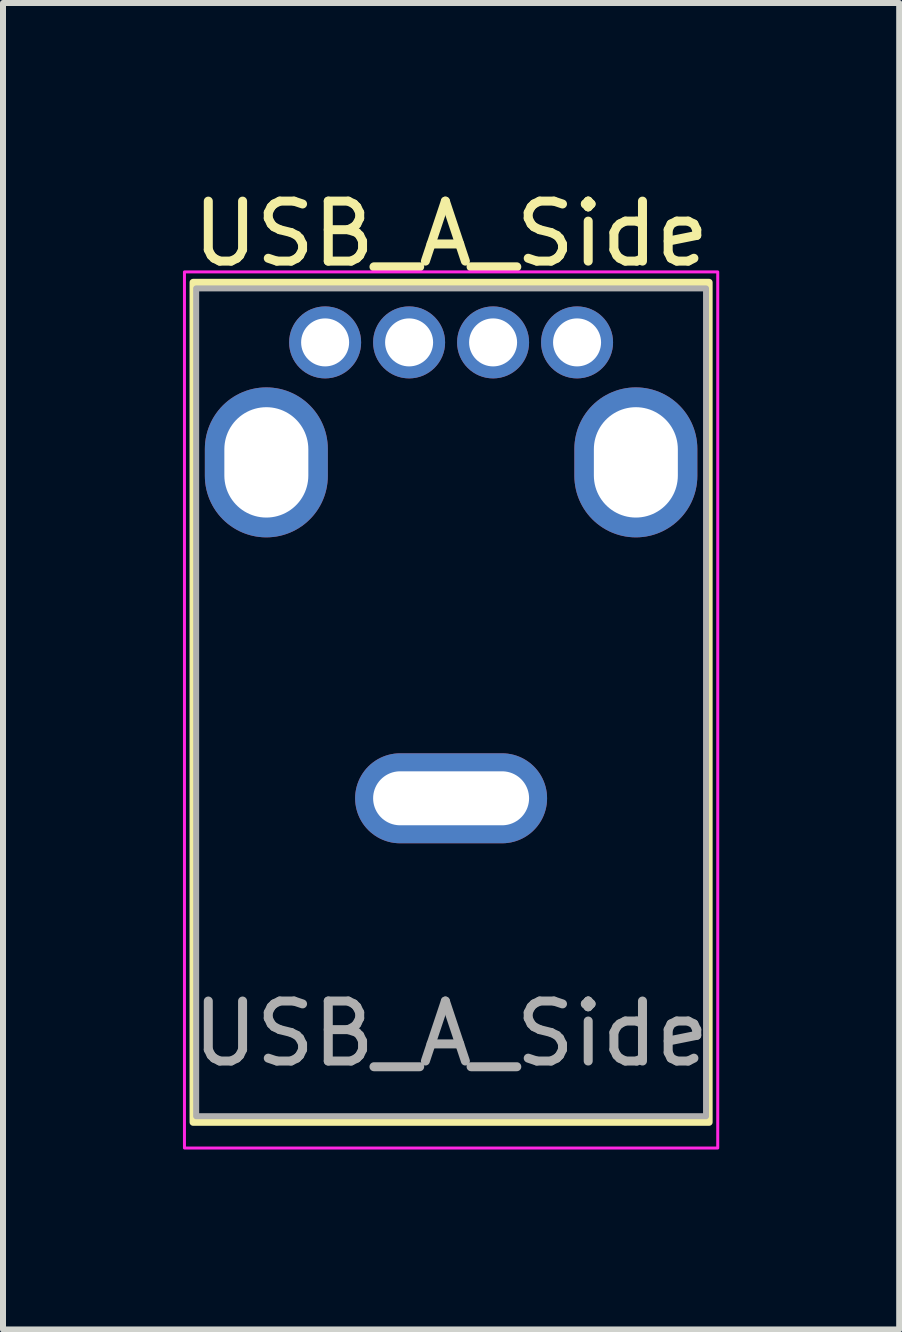
<source format=kicad_pcb>
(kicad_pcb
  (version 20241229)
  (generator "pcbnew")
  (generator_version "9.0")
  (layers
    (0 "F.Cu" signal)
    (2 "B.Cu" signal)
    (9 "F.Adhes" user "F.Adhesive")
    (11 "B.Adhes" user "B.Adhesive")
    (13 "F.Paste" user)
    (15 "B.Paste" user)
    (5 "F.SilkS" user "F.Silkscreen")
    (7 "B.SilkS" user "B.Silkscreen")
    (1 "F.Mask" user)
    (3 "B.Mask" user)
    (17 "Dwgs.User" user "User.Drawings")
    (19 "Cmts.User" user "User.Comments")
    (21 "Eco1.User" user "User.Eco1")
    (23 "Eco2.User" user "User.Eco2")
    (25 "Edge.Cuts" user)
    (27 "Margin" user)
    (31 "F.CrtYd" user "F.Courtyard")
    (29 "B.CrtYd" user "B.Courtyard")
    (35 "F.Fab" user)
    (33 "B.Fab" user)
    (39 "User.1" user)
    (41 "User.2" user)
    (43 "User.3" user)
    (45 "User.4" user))
  (footprint "USB_A_Side"
    (layer "F.Cu")
    (at 4.47 4.658)
    (property "Reference" "USB_A_Side" (at 0 -3.81 0) (unlocked yes) (layer "F.SilkS") (effects (font (size 1 1) (thickness 0.15))))
    (attr through_hole)
    (fp_rect (start -4.3 -3) (end 4.3 11) (stroke (width 0.12) (type solid)) (fill no) (layer "F.SilkS"))
    (fp_rect (start -4.445 -3.175) (end 4.445 11.43) (stroke (width 0.05) (type solid)) (fill no) (layer "F.CrtYd"))
    (fp_rect (start -4.25 -2.9) (end 4.25 10.9) (stroke (width 0.1) (type solid)) (fill no) (layer "F.Fab"))
    (fp_text user "${REFERENCE}" (at 0 9.525 0) (unlocked yes) (layer "F.Fab") (effects (font (size 1 1) (thickness 0.15))))
    (pad "1" thru_hole circle (at 2.1 -2) (size 1.2 1.2) (drill 0.8) (layers "*.Cu" "*.Mask"))
    (pad "2" thru_hole circle (at 0.7 -2) (size 1.2 1.2) (drill 0.8) (layers "*.Cu" "*.Mask"))
    (pad "3" thru_hole circle (at -0.7 -2) (size 1.2 1.2) (drill 0.8) (layers "*.Cu" "*.Mask"))
    (pad "4" thru_hole circle (at -2.1 -2) (size 1.2 1.2) (drill 0.8) (layers "*.Cu" "*.Mask"))
    (pad "5" thru_hole oval (at -3.08 0) (size 2.05 2.5) (drill oval 1.4 1.84) (layers "*.Cu" "*.Mask"))
    (pad "5" thru_hole oval (at 0 5.6) (size 3.2 1.5) (drill oval 2.6 0.9) (layers "*.Cu" "*.Mask"))
    (pad "5" thru_hole oval (at 3.08 0) (size 2.05 2.5) (drill oval 1.4 1.84) (layers "*.Cu" "*.Mask")))
  (gr_rect
    (start -3 -3)
    (end 11.94 19.113)
    (stroke (width 0.1) (type default))
    (fill no)
    (layer "Edge.Cuts")))
</source>
